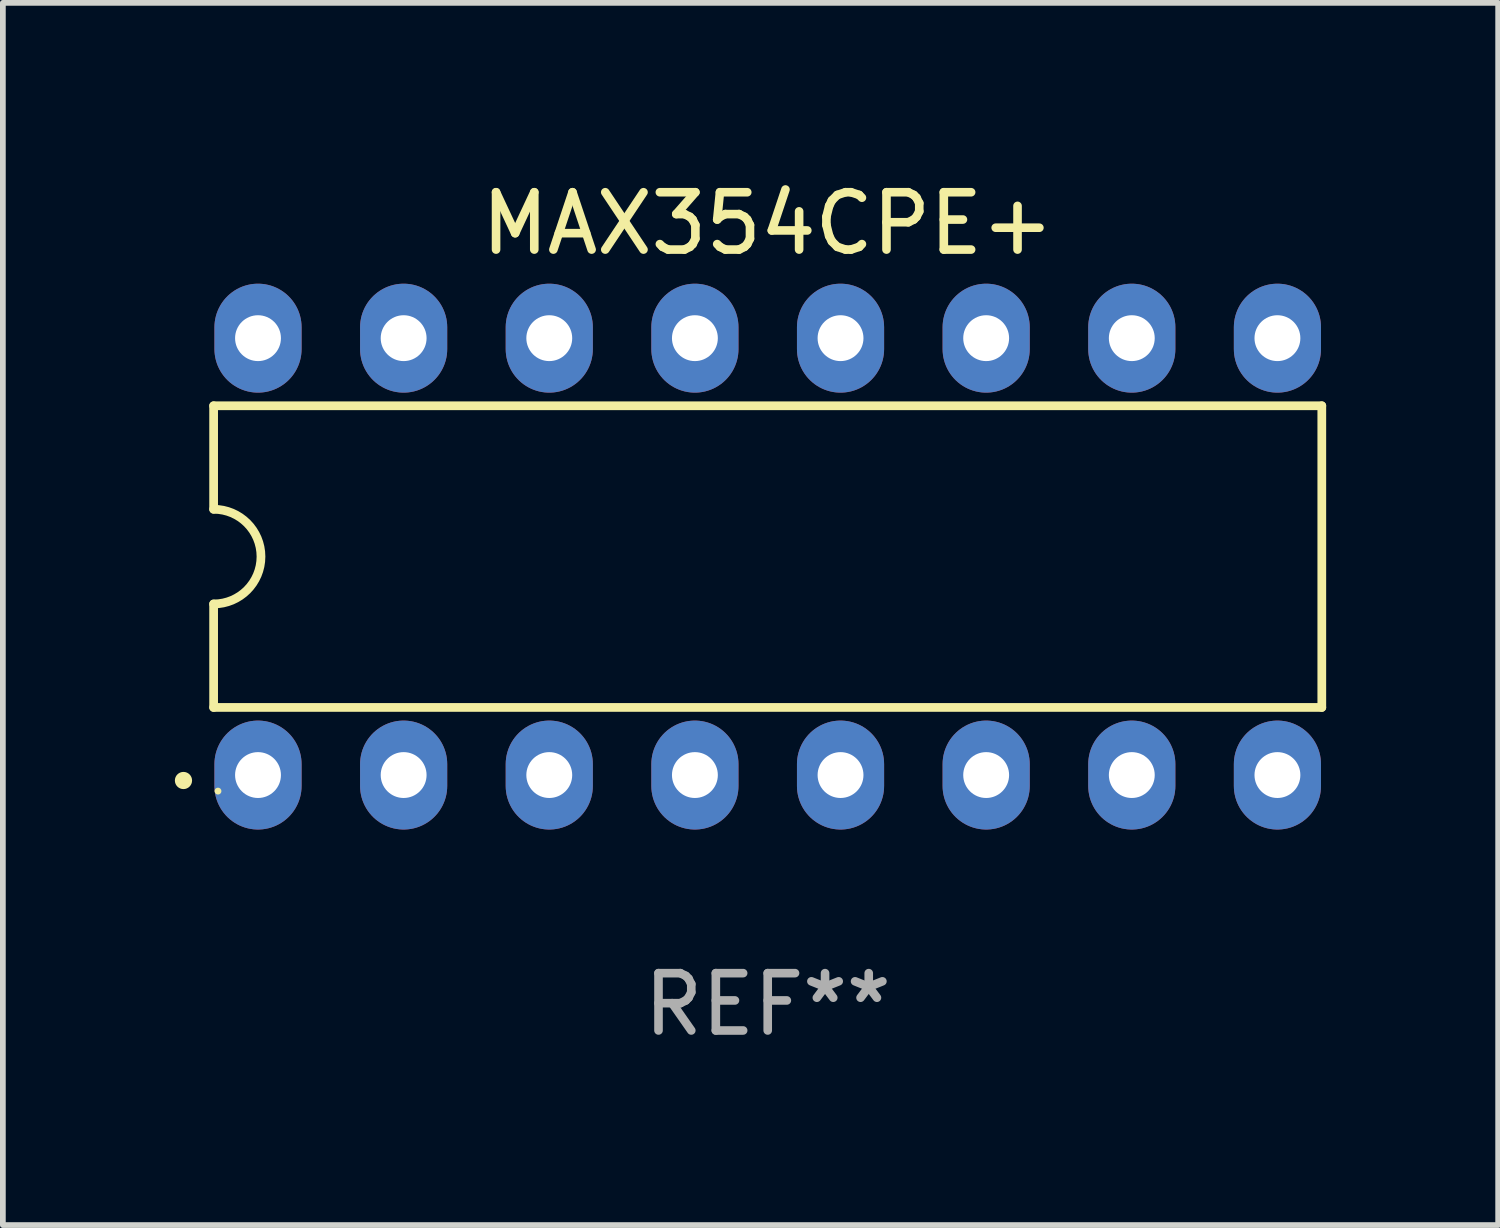
<source format=kicad_pcb>
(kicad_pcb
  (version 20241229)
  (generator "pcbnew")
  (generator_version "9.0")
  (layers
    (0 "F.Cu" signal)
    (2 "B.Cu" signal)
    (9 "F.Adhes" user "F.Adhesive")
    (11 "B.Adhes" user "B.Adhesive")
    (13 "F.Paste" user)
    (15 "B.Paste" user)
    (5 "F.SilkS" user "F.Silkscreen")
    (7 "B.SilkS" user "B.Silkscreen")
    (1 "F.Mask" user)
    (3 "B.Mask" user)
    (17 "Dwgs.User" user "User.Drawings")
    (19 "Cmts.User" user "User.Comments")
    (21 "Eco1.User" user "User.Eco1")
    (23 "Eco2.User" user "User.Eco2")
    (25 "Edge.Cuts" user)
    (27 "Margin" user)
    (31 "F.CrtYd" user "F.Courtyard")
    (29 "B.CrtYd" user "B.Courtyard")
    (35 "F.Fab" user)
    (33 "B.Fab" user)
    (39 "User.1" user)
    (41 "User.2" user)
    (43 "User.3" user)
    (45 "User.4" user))
  (footprint "MAX354CPE+"
    (layer "F.Cu")
    (at 10.34 6.658)
    (property "Reference" "MAX354CPE+" (at 0 -5.81 0) (layer "F.SilkS") (effects (font (size 1 1) (thickness 0.15))))
    (attr through_hole)
    (fp_line (start -9.664 -2.631) (end -9.664 -0.826) (stroke (width 0.152) (type solid)) (layer "F.SilkS"))
    (fp_line (start -9.664 0.826) (end -9.664 2.631) (stroke (width 0.152) (type solid)) (layer "F.SilkS"))
    (fp_line (start -9.664 2.631) (end 9.664 2.631) (stroke (width 0.152) (type solid)) (layer "F.SilkS"))
    (fp_line (start 9.664 -2.631) (end -9.664 -2.631) (stroke (width 0.152) (type solid)) (layer "F.SilkS"))
    (fp_line (start 9.664 2.631) (end 9.664 -2.631) (stroke (width 0.152) (type solid)) (layer "F.SilkS"))
    (fp_arc (start -9.663701 -0.825626) (mid -8.838075 0) (end -9.663701 0.825626) (stroke (width 0.1524) (type solid)) (layer "F.SilkS"))
    (fp_circle (center -10.19 3.905) (end -10.115 3.905) (stroke (width 0.15) (type solid)) (fill no) (layer "F.SilkS"))
    (fp_circle (center -9.588 4.09) (end -9.558 4.09) (stroke (width 0.06) (type solid)) (fill no) (layer "F.SilkS"))
    (fp_text user "REF**" (at 0 7.81 0) (layer "F.Fab") (effects (font (size 1 1) (thickness 0.15))))
    (pad "1" thru_hole oval (at -8.89 3.81) (size 1.52 1.9) (drill 0.8) (layers "*.Cu" "*.Mask"))
    (pad "2" thru_hole oval (at -6.35 3.81) (size 1.52 1.9) (drill 0.8) (layers "*.Cu" "*.Mask"))
    (pad "3" thru_hole oval (at -3.81 3.81) (size 1.52 1.9) (drill 0.8) (layers "*.Cu" "*.Mask"))
    (pad "4" thru_hole oval (at -1.27 3.81) (size 1.52 1.9) (drill 0.8) (layers "*.Cu" "*.Mask"))
    (pad "5" thru_hole oval (at 1.27 3.81) (size 1.52 1.9) (drill 0.8) (layers "*.Cu" "*.Mask"))
    (pad "6" thru_hole oval (at 3.81 3.81) (size 1.52 1.9) (drill 0.8) (layers "*.Cu" "*.Mask"))
    (pad "7" thru_hole oval (at 6.35 3.81) (size 1.52 1.9) (drill 0.8) (layers "*.Cu" "*.Mask"))
    (pad "8" thru_hole oval (at 8.89 3.81) (size 1.52 1.9) (drill 0.8) (layers "*.Cu" "*.Mask"))
    (pad "9" thru_hole oval (at 8.89 -3.81) (size 1.52 1.9) (drill 0.8) (layers "*.Cu" "*.Mask"))
    (pad "10" thru_hole oval (at 6.35 -3.81) (size 1.52 1.9) (drill 0.8) (layers "*.Cu" "*.Mask"))
    (pad "11" thru_hole oval (at 3.81 -3.81) (size 1.52 1.9) (drill 0.8) (layers "*.Cu" "*.Mask"))
    (pad "12" thru_hole oval (at 1.27 -3.81) (size 1.52 1.9) (drill 0.8) (layers "*.Cu" "*.Mask"))
    (pad "13" thru_hole oval (at -1.27 -3.81) (size 1.52 1.9) (drill 0.8) (layers "*.Cu" "*.Mask"))
    (pad "14" thru_hole oval (at -3.81 -3.81) (size 1.52 1.9) (drill 0.8) (layers "*.Cu" "*.Mask"))
    (pad "15" thru_hole oval (at -6.35 -3.81) (size 1.52 1.9) (drill 0.8) (layers "*.Cu" "*.Mask"))
    (pad "16" thru_hole oval (at -8.89 -3.81) (size 1.52 1.9) (drill 0.8) (layers "*.Cu" "*.Mask")))
  (gr_rect
    (start -3 -3)
    (end 23.08 18.317)
    (stroke (width 0.1) (type default))
    (fill no)
    (layer "Edge.Cuts")))
</source>
